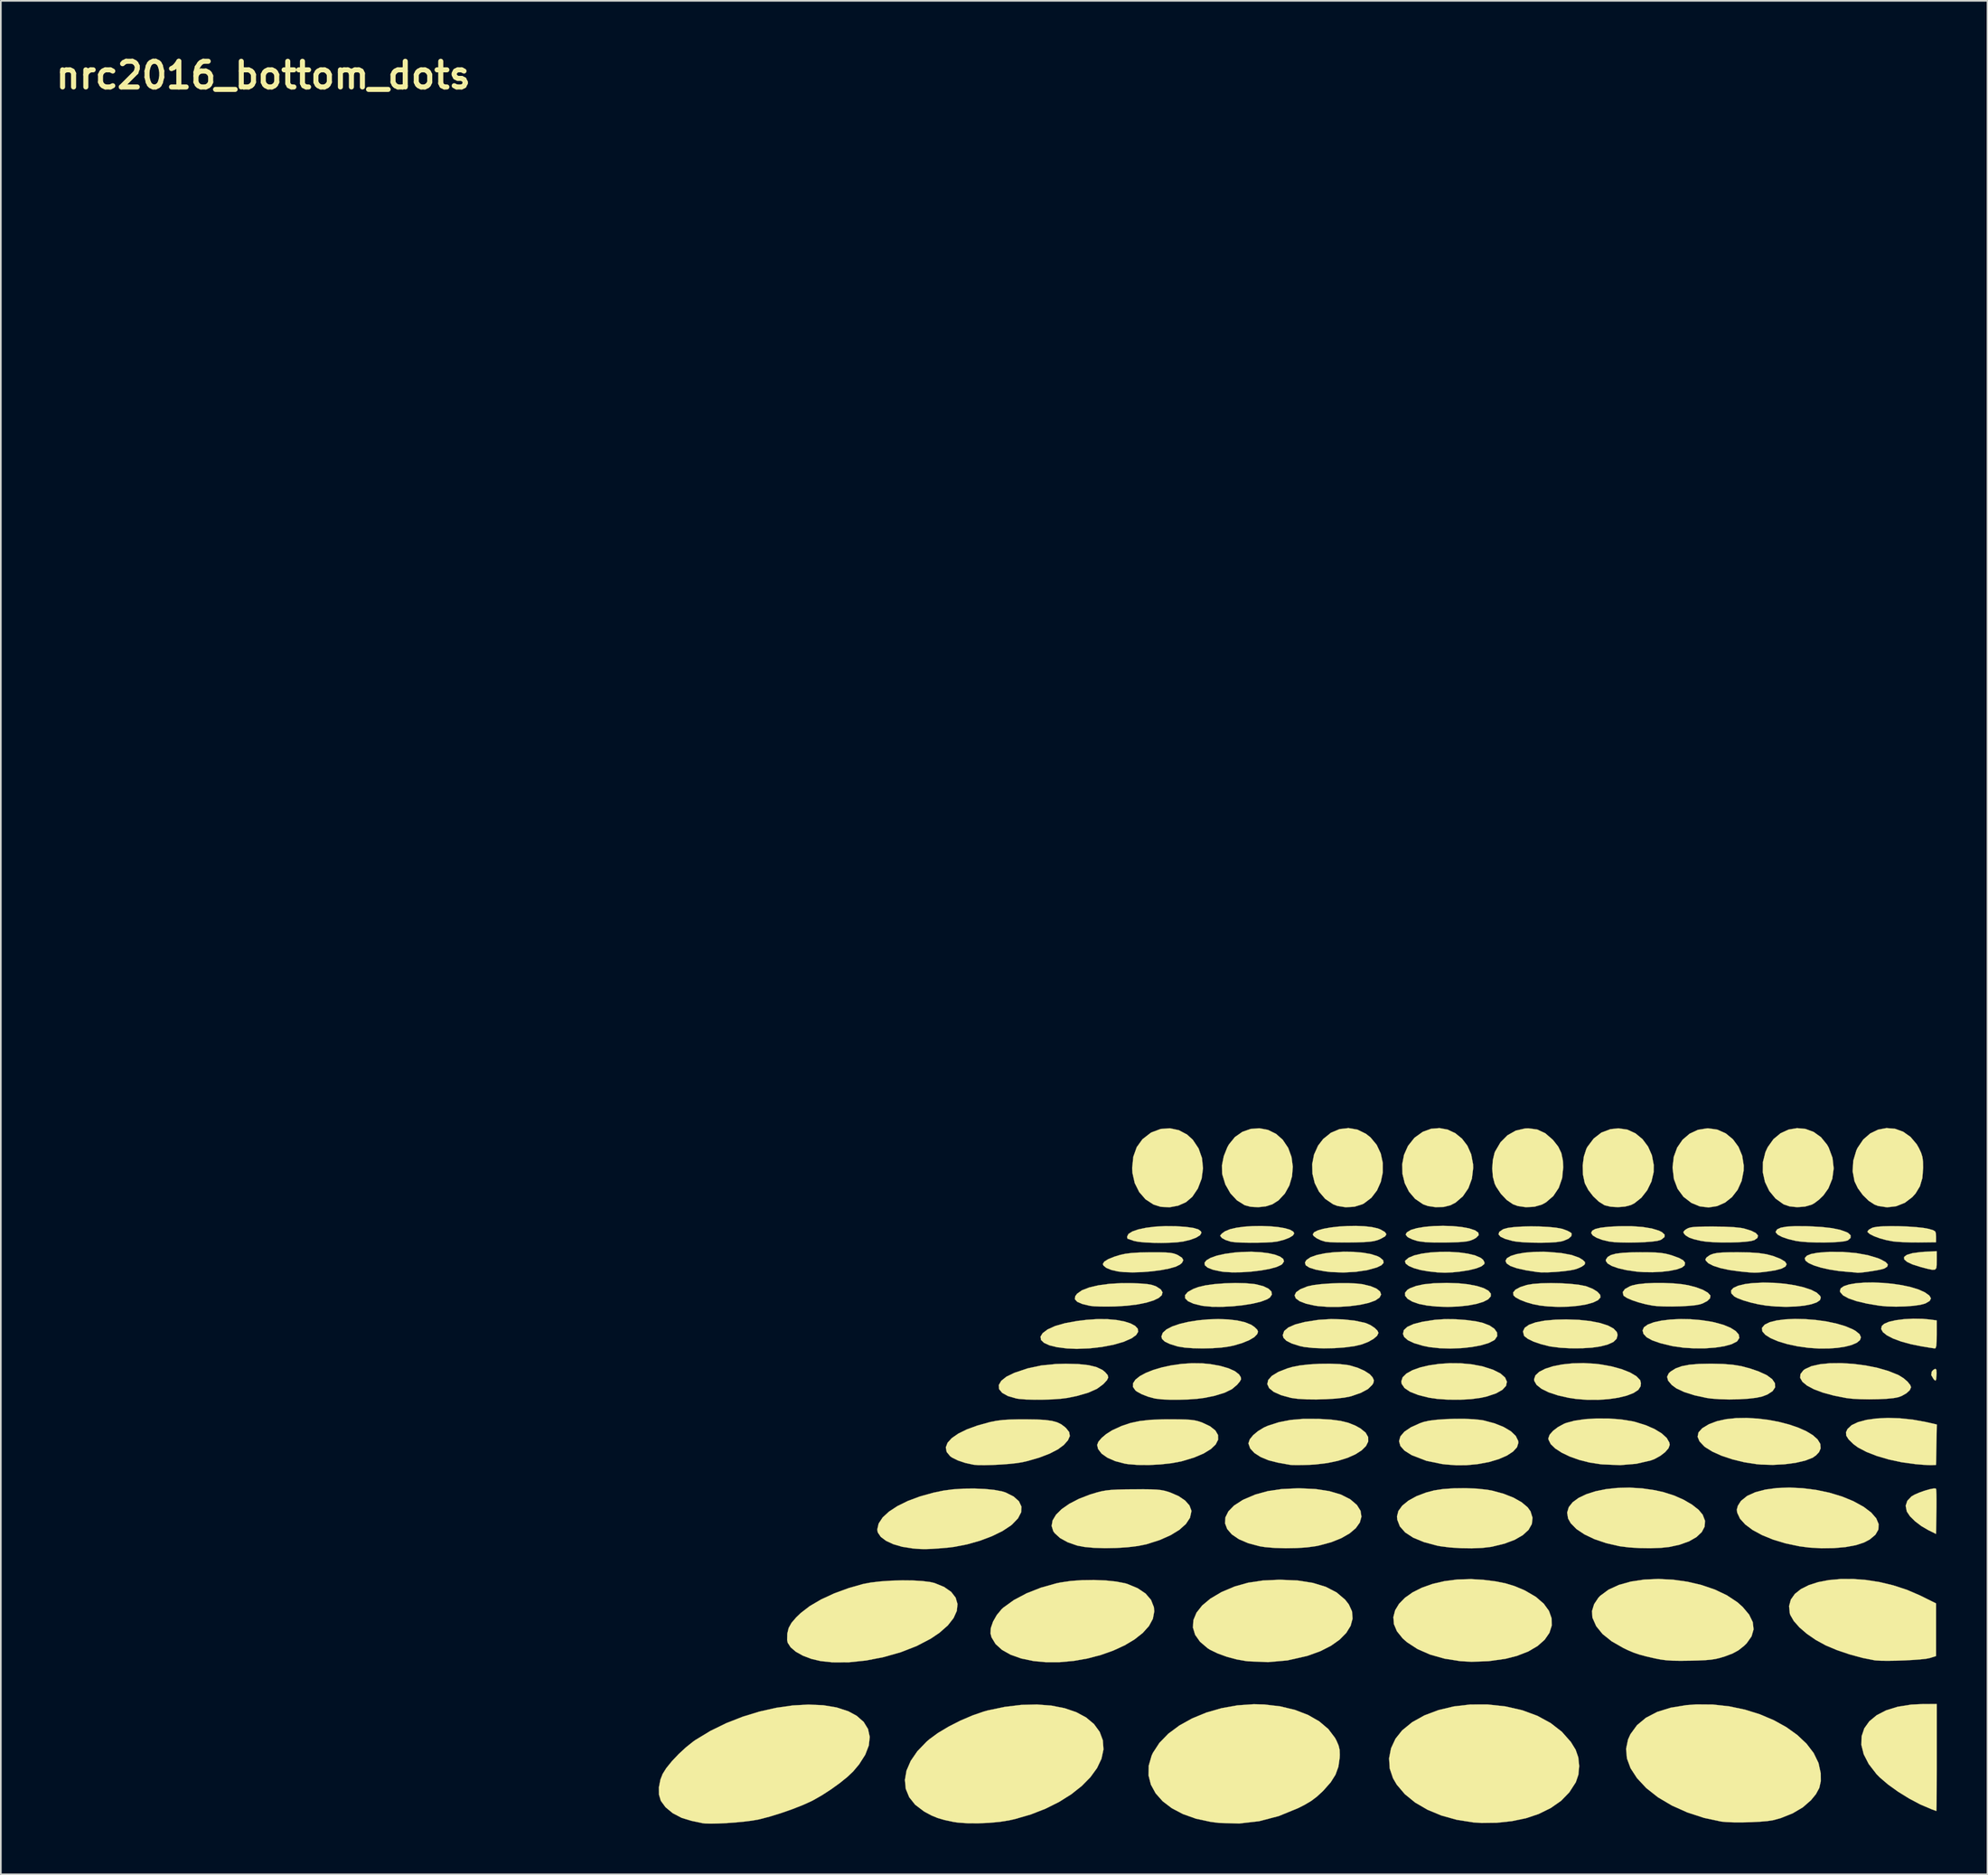
<source format=kicad_pcb>
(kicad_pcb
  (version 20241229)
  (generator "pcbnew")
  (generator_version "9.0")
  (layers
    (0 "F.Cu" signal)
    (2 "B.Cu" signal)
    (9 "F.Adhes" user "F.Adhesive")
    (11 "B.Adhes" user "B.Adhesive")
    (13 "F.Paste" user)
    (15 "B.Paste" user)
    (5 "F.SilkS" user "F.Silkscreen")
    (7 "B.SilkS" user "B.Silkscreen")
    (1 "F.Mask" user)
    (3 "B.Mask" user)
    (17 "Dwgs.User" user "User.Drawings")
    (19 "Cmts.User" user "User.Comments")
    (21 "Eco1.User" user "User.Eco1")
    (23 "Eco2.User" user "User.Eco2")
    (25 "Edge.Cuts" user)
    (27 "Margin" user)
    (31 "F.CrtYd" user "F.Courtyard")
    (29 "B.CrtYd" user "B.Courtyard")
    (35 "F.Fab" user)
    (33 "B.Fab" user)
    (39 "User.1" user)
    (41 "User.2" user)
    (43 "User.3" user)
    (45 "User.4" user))
  (footprint "nrc2016_bottom_dots"
    (layer "F.Cu")
    (at 42.026 63.902)
    (property "Reference" "nrc2016_bottom_dots" (at -29.464 -62.484 0) (layer "F.SilkS") (effects (font (size 1.524 1.524) (thickness 0.3))))
    (attr through_hole)
    (fp_poly (pts (xy 69.743 14.294) (xy 69.758 14.494) (xy 69.749 14.648) (xy 69.729 14.867) (xy 69.695 14.942) (xy 69.627 14.898) (xy 69.575 14.841) (xy 69.441 14.611) (xy 69.47 14.405) (xy 69.556 14.307) (xy 69.679 14.237) (xy 69.743 14.294)) (stroke (width 0.01) (type solid)) (fill yes) (layer "F.SilkS"))
    (fp_poly (pts (xy 69.765 7.821) (xy 69.763 8.093) (xy 69.739 8.267) (xy 69.663 8.353) (xy 69.508 8.365) (xy 69.246 8.313) (xy 68.847 8.21) (xy 68.84 8.208) (xy 68.338 8.052) (xy 68.003 7.894) (xy 67.835 7.742) (xy 67.832 7.601) (xy 67.993 7.479) (xy 68.316 7.382) (xy 68.801 7.316) (xy 69.025 7.3) (xy 69.765 7.261) (xy 69.765 7.821)) (stroke (width 0.01) (type solid)) (fill yes) (layer "F.SilkS"))
    (fp_poly (pts (xy 69.71 21.341) (xy 69.721 21.348) (xy 69.736 21.445) (xy 69.747 21.682) (xy 69.751 22.027) (xy 69.75 22.451) (xy 69.746 22.714) (xy 69.723 24.031) (xy 69.269 23.808) (xy 68.855 23.567) (xy 68.479 23.281) (xy 68.179 22.984) (xy 67.996 22.71) (xy 67.989 22.695) (xy 67.924 22.362) (xy 68.022 22.064) (xy 68.269 21.807) (xy 68.459 21.697) (xy 68.73 21.58) (xy 69.036 21.472) (xy 69.332 21.386) (xy 69.571 21.338) (xy 69.71 21.341)) (stroke (width 0.01) (type solid)) (fill yes) (layer "F.SilkS"))
    (fp_poly (pts (xy 35.184 7.302) (xy 35.734 7.349) (xy 36.22 7.434) (xy 36.609 7.561) (xy 36.738 7.628) (xy 36.937 7.794) (xy 36.969 7.95) (xy 36.833 8.098) (xy 36.559 8.228) (xy 35.986 8.387) (xy 35.307 8.487) (xy 34.575 8.526) (xy 33.845 8.498) (xy 33.49 8.457) (xy 32.943 8.356) (xy 32.564 8.236) (xy 32.35 8.097) (xy 32.302 7.937) (xy 32.387 7.787) (xy 32.629 7.621) (xy 33.004 7.488) (xy 33.481 7.388) (xy 34.024 7.323) (xy 34.603 7.294) (xy 35.184 7.302)) (stroke (width 0.01) (type solid)) (fill yes) (layer "F.SilkS"))
    (fp_poly (pts (xy 68.923 11.273) (xy 69.373 11.315) (xy 69.765 11.368) (xy 69.765 12.204) (xy 69.759 12.613) (xy 69.739 12.873) (xy 69.701 13.005) (xy 69.659 13.03) (xy 69.53 13.012) (xy 69.282 12.974) (xy 68.964 12.922) (xy 68.896 12.911) (xy 68.23 12.777) (xy 67.654 12.619) (xy 67.177 12.442) (xy 66.813 12.254) (xy 66.573 12.062) (xy 66.468 11.873) (xy 66.511 11.694) (xy 66.649 11.569) (xy 66.931 11.449) (xy 67.34 11.356) (xy 67.835 11.293) (xy 68.377 11.264) (xy 68.923 11.273)) (stroke (width 0.01) (type solid)) (fill yes) (layer "F.SilkS"))
    (fp_poly (pts (xy 24.824 0.084) (xy 25.313 0.343) (xy 25.651 0.651) (xy 25.995 1.164) (xy 26.197 1.739) (xy 26.257 2.347) (xy 26.176 2.959) (xy 25.953 3.545) (xy 25.623 4.036) (xy 25.252 4.352) (xy 24.787 4.561) (xy 24.271 4.657) (xy 23.751 4.629) (xy 23.326 4.496) (xy 22.85 4.185) (xy 22.474 3.752) (xy 22.21 3.222) (xy 22.074 2.618) (xy 22.058 2.328) (xy 22.125 1.66) (xy 22.328 1.091) (xy 22.668 0.62) (xy 23.144 0.251) (xy 23.215 0.211) (xy 23.746 0.012) (xy 24.292 -0.029) (xy 24.824 0.084)) (stroke (width 0.01) (type solid)) (fill yes) (layer "F.SilkS"))
    (fp_poly (pts (xy 67.595 17.174) (xy 68.347 17.253) (xy 69.106 17.39) (xy 69.167 17.404) (xy 69.77 17.541) (xy 69.723 19.939) (xy 69.469 19.951) (xy 69.268 19.948) (xy 68.956 19.93) (xy 68.591 19.9) (xy 68.474 19.889) (xy 67.689 19.781) (xy 66.928 19.618) (xy 66.222 19.411) (xy 65.602 19.17) (xy 65.098 18.905) (xy 64.822 18.702) (xy 64.543 18.428) (xy 64.401 18.204) (xy 64.386 18.002) (xy 64.474 17.81) (xy 64.716 17.582) (xy 65.099 17.4) (xy 65.601 17.266) (xy 66.2 17.183) (xy 66.872 17.151) (xy 67.595 17.174)) (stroke (width 0.01) (type solid)) (fill yes) (layer "F.SilkS"))
    (fp_poly (pts (xy 29.672 7.322) (xy 30.148 7.383) (xy 30.541 7.473) (xy 30.834 7.587) (xy 31.013 7.72) (xy 31.06 7.867) (xy 30.96 8.021) (xy 30.882 8.08) (xy 30.603 8.205) (xy 30.193 8.315) (xy 29.69 8.405) (xy 29.132 8.472) (xy 28.557 8.511) (xy 28.002 8.518) (xy 27.506 8.489) (xy 27.328 8.465) (xy 26.852 8.363) (xy 26.535 8.238) (xy 26.369 8.098) (xy 26.347 7.95) (xy 26.462 7.801) (xy 26.705 7.658) (xy 27.069 7.529) (xy 27.546 7.421) (xy 28.129 7.341) (xy 28.536 7.309) (xy 29.13 7.296) (xy 29.672 7.322)) (stroke (width 0.01) (type solid)) (fill yes) (layer "F.SilkS"))
    (fp_poly (pts (xy 35.414 0.051) (xy 35.92 0.299) (xy 36.192 0.514) (xy 36.558 0.956) (xy 36.798 1.469) (xy 36.917 2.024) (xy 36.917 2.593) (xy 36.802 3.147) (xy 36.576 3.656) (xy 36.242 4.093) (xy 35.804 4.427) (xy 35.702 4.48) (xy 35.239 4.624) (xy 34.723 4.656) (xy 34.225 4.576) (xy 33.974 4.479) (xy 33.502 4.157) (xy 33.137 3.729) (xy 32.884 3.224) (xy 32.748 2.67) (xy 32.732 2.096) (xy 32.842 1.531) (xy 33.081 1.001) (xy 33.384 0.606) (xy 33.843 0.237) (xy 34.351 0.021) (xy 34.883 -0.041) (xy 35.414 0.051)) (stroke (width 0.01) (type solid)) (fill yes) (layer "F.SilkS"))
    (fp_poly (pts (xy 41.403 9.166) (xy 41.995 9.228) (xy 42.5 9.326) (xy 42.901 9.453) (xy 43.181 9.605) (xy 43.324 9.777) (xy 43.322 9.939) (xy 43.171 10.114) (xy 42.877 10.266) (xy 42.465 10.39) (xy 41.959 10.484) (xy 41.386 10.544) (xy 40.77 10.566) (xy 40.137 10.546) (xy 39.539 10.485) (xy 39.05 10.387) (xy 38.663 10.25) (xy 38.391 10.087) (xy 38.245 9.908) (xy 38.237 9.726) (xy 38.378 9.552) (xy 38.528 9.462) (xy 38.904 9.32) (xy 39.371 9.222) (xy 39.952 9.164) (xy 40.673 9.144) (xy 40.741 9.144) (xy 41.403 9.166)) (stroke (width 0.01) (type solid)) (fill yes) (layer "F.SilkS"))
    (fp_poly (pts (xy 56.762 0.053) (xy 57.258 0.276) (xy 57.679 0.622) (xy 58.009 1.07) (xy 58.229 1.597) (xy 58.322 2.183) (xy 58.315 2.487) (xy 58.198 3.092) (xy 57.961 3.617) (xy 57.627 4.05) (xy 57.214 4.378) (xy 56.744 4.587) (xy 56.237 4.667) (xy 55.714 4.603) (xy 55.219 4.398) (xy 54.747 4.034) (xy 54.4 3.561) (xy 54.183 2.988) (xy 54.103 2.329) (xy 54.102 2.28) (xy 54.174 1.663) (xy 54.376 1.114) (xy 54.694 0.651) (xy 55.11 0.295) (xy 55.606 0.062) (xy 56.165 -0.027) (xy 56.211 -0.027) (xy 56.762 0.053)) (stroke (width 0.01) (type solid)) (fill yes) (layer "F.SilkS"))
    (fp_poly (pts (xy 62.009 5.78) (xy 62.188 5.785) (xy 62.942 5.826) (xy 63.549 5.894) (xy 64.029 5.992) (xy 64.402 6.124) (xy 64.499 6.171) (xy 64.659 6.317) (xy 64.655 6.476) (xy 64.495 6.619) (xy 64.312 6.67) (xy 63.998 6.708) (xy 63.589 6.734) (xy 63.122 6.746) (xy 62.633 6.744) (xy 62.161 6.728) (xy 61.742 6.697) (xy 61.426 6.654) (xy 60.966 6.545) (xy 60.597 6.419) (xy 60.341 6.284) (xy 60.222 6.151) (xy 60.217 6.1) (xy 60.306 5.965) (xy 60.52 5.867) (xy 60.868 5.805) (xy 61.362 5.776) (xy 62.009 5.78)) (stroke (width 0.01) (type solid)) (fill yes) (layer "F.SilkS"))
    (fp_poly (pts (xy 20.59 11.294) (xy 21.127 11.342) (xy 21.589 11.428) (xy 21.962 11.546) (xy 22.232 11.691) (xy 22.387 11.858) (xy 22.413 12.04) (xy 22.295 12.233) (xy 22.027 12.428) (xy 21.547 12.639) (xy 20.941 12.813) (xy 20.249 12.944) (xy 19.511 13.027) (xy 18.768 13.054) (xy 18.203 13.032) (xy 17.615 12.959) (xy 17.156 12.846) (xy 16.834 12.7) (xy 16.653 12.526) (xy 16.623 12.332) (xy 16.748 12.124) (xy 17.036 11.908) (xy 17.045 11.902) (xy 17.492 11.698) (xy 18.072 11.533) (xy 18.797 11.401) (xy 19.343 11.334) (xy 19.99 11.29) (xy 20.59 11.294)) (stroke (width 0.01) (type solid)) (fill yes) (layer "F.SilkS"))
    (fp_poly (pts (xy 28.759 9.161) (xy 29.271 9.206) (xy 29.405 9.227) (xy 29.832 9.337) (xy 30.138 9.483) (xy 30.312 9.652) (xy 30.345 9.831) (xy 30.226 10.008) (xy 30.065 10.113) (xy 29.699 10.253) (xy 29.205 10.372) (xy 28.626 10.466) (xy 28.001 10.531) (xy 27.372 10.562) (xy 26.781 10.557) (xy 26.268 10.509) (xy 26.179 10.495) (xy 25.692 10.375) (xy 25.365 10.225) (xy 25.198 10.054) (xy 25.194 9.87) (xy 25.354 9.683) (xy 25.68 9.5) (xy 25.985 9.387) (xy 26.403 9.289) (xy 26.938 9.215) (xy 27.543 9.168) (xy 28.166 9.149) (xy 28.759 9.161)) (stroke (width 0.01) (type solid)) (fill yes) (layer "F.SilkS"))
    (fp_poly (pts (xy 30.111 0.067) (xy 30.593 0.305) (xy 30.983 0.649) (xy 31.309 1.134) (xy 31.507 1.676) (xy 31.582 2.248) (xy 31.537 2.82) (xy 31.378 3.363) (xy 31.109 3.847) (xy 30.736 4.246) (xy 30.367 4.481) (xy 29.982 4.603) (xy 29.528 4.652) (xy 29.08 4.627) (xy 28.732 4.534) (xy 28.27 4.245) (xy 27.88 3.825) (xy 27.584 3.304) (xy 27.403 2.714) (xy 27.392 2.65) (xy 27.383 2.162) (xy 27.49 1.625) (xy 27.701 1.098) (xy 27.795 0.929) (xy 28.15 0.492) (xy 28.588 0.185) (xy 29.08 0.01) (xy 29.597 -0.03) (xy 30.111 0.067)) (stroke (width 0.01) (type solid)) (fill yes) (layer "F.SilkS"))
    (fp_poly (pts (xy 40.769 0.052) (xy 41.219 0.264) (xy 41.615 0.586) (xy 41.936 1.007) (xy 42.161 1.517) (xy 42.271 2.105) (xy 42.278 2.328) (xy 42.202 2.959) (xy 41.994 3.527) (xy 41.666 4.008) (xy 41.235 4.378) (xy 40.93 4.538) (xy 40.528 4.637) (xy 40.059 4.652) (xy 39.601 4.584) (xy 39.308 4.479) (xy 38.835 4.157) (xy 38.472 3.731) (xy 38.221 3.229) (xy 38.086 2.679) (xy 38.07 2.109) (xy 38.178 1.547) (xy 38.411 1.021) (xy 38.775 0.56) (xy 38.823 0.514) (xy 39.29 0.181) (xy 39.784 -0.000023) (xy 40.284 -0.039) (xy 40.769 0.052)) (stroke (width 0.01) (type solid)) (fill yes) (layer "F.SilkS"))
    (fp_poly (pts (xy 41.436 7.335) (xy 41.949 7.405) (xy 42.386 7.51) (xy 42.717 7.652) (xy 42.865 7.769) (xy 42.948 7.922) (xy 42.94 8.021) (xy 42.774 8.156) (xy 42.464 8.281) (xy 42.032 8.388) (xy 41.565 8.462) (xy 41.042 8.518) (xy 40.602 8.537) (xy 40.163 8.518) (xy 39.643 8.462) (xy 39.624 8.459) (xy 39.151 8.376) (xy 38.754 8.264) (xy 38.455 8.134) (xy 38.275 7.994) (xy 38.236 7.856) (xy 38.253 7.819) (xy 38.452 7.648) (xy 38.786 7.51) (xy 39.227 7.406) (xy 39.742 7.337) (xy 40.302 7.301) (xy 40.877 7.3) (xy 41.436 7.335)) (stroke (width 0.01) (type solid)) (fill yes) (layer "F.SilkS"))
    (fp_poly (pts (xy 46.721 7.306) (xy 47.496 7.372) (xy 48.112 7.486) (xy 48.566 7.648) (xy 48.778 7.78) (xy 48.907 7.908) (xy 48.908 8.01) (xy 48.861 8.076) (xy 48.716 8.179) (xy 48.475 8.288) (xy 48.337 8.334) (xy 48.042 8.397) (xy 47.636 8.45) (xy 47.176 8.492) (xy 46.72 8.516) (xy 46.326 8.518) (xy 46.101 8.502) (xy 45.397 8.392) (xy 44.858 8.271) (xy 44.48 8.136) (xy 44.261 7.987) (xy 44.196 7.835) (xy 44.277 7.679) (xy 44.504 7.544) (xy 44.857 7.433) (xy 45.313 7.352) (xy 45.851 7.305) (xy 46.45 7.297) (xy 46.721 7.306)) (stroke (width 0.01) (type solid)) (fill yes) (layer "F.SilkS"))
    (fp_poly (pts (xy 52.321 5.825) (xy 52.876 5.916) (xy 53.303 6.047) (xy 53.484 6.142) (xy 53.635 6.286) (xy 53.623 6.423) (xy 53.446 6.564) (xy 53.376 6.601) (xy 53.187 6.652) (xy 52.868 6.693) (xy 52.455 6.724) (xy 51.987 6.744) (xy 51.502 6.751) (xy 51.038 6.744) (xy 50.633 6.723) (xy 50.337 6.687) (xy 49.931 6.591) (xy 49.599 6.466) (xy 49.37 6.327) (xy 49.277 6.189) (xy 49.276 6.176) (xy 49.334 6.047) (xy 49.516 5.945) (xy 49.833 5.869) (xy 50.296 5.815) (xy 50.916 5.781) (xy 50.927 5.781) (xy 51.664 5.779) (xy 52.321 5.825)) (stroke (width 0.01) (type solid)) (fill yes) (layer "F.SilkS"))
    (fp_poly (pts (xy 60.123 9.138) (xy 60.758 9.192) (xy 61.351 9.283) (xy 61.88 9.405) (xy 62.322 9.553) (xy 62.652 9.723) (xy 62.849 9.909) (xy 62.891 10.01) (xy 62.842 10.165) (xy 62.646 10.3) (xy 62.326 10.409) (xy 61.902 10.492) (xy 61.396 10.543) (xy 60.83 10.561) (xy 60.226 10.542) (xy 59.648 10.488) (xy 59.192 10.413) (xy 58.725 10.305) (xy 58.296 10.179) (xy 57.95 10.047) (xy 57.764 9.947) (xy 57.587 9.766) (xy 57.57 9.595) (xy 57.706 9.441) (xy 57.985 9.311) (xy 58.398 9.211) (xy 58.824 9.157) (xy 59.471 9.124) (xy 60.123 9.138)) (stroke (width 0.01) (type solid)) (fill yes) (layer "F.SilkS"))
    (fp_poly (pts (xy 61.984 0.01) (xy 62.466 0.188) (xy 62.899 0.497) (xy 63.259 0.939) (xy 63.358 1.113) (xy 63.585 1.726) (xy 63.655 2.352) (xy 63.573 2.964) (xy 63.341 3.537) (xy 63.047 3.951) (xy 62.796 4.196) (xy 62.52 4.406) (xy 62.36 4.498) (xy 61.954 4.616) (xy 61.49 4.651) (xy 61.038 4.603) (xy 60.689 4.484) (xy 60.207 4.139) (xy 59.836 3.687) (xy 59.581 3.158) (xy 59.453 2.579) (xy 59.459 1.98) (xy 59.606 1.389) (xy 59.74 1.098) (xy 60.083 0.616) (xy 60.504 0.267) (xy 60.978 0.049) (xy 61.48 -0.037) (xy 61.984 0.01)) (stroke (width 0.01) (type solid)) (fill yes) (layer "F.SilkS"))
    (fp_poly (pts (xy 67.552 5.781) (xy 68.067 5.801) (xy 68.553 5.835) (xy 68.973 5.88) (xy 69.285 5.937) (xy 69.3 5.941) (xy 69.547 6.013) (xy 69.673 6.088) (xy 69.717 6.209) (xy 69.723 6.392) (xy 69.723 6.731) (xy 68.707 6.743) (xy 68.243 6.741) (xy 67.781 6.726) (xy 67.379 6.701) (xy 67.148 6.676) (xy 66.758 6.6) (xy 66.38 6.495) (xy 66.049 6.372) (xy 65.8 6.247) (xy 65.67 6.133) (xy 65.659 6.096) (xy 65.734 5.99) (xy 65.925 5.883) (xy 65.998 5.856) (xy 66.232 5.812) (xy 66.595 5.786) (xy 67.049 5.776) (xy 67.552 5.781)) (stroke (width 0.01) (type solid)) (fill yes) (layer "F.SilkS"))
    (fp_poly (pts (xy 35.369 9.18) (xy 35.727 9.222) (xy 36.203 9.338) (xy 36.549 9.484) (xy 36.756 9.652) (xy 36.819 9.831) (xy 36.728 10.012) (xy 36.477 10.185) (xy 36.47 10.188) (xy 36.07 10.332) (xy 35.546 10.446) (xy 34.941 10.525) (xy 34.298 10.566) (xy 33.661 10.565) (xy 33.073 10.519) (xy 32.895 10.493) (xy 32.367 10.375) (xy 31.988 10.229) (xy 31.761 10.062) (xy 31.69 9.883) (xy 31.777 9.699) (xy 32.026 9.52) (xy 32.44 9.353) (xy 32.457 9.348) (xy 32.788 9.275) (xy 33.242 9.218) (xy 33.773 9.178) (xy 34.335 9.157) (xy 34.882 9.157) (xy 35.369 9.18)) (stroke (width 0.01) (type solid)) (fill yes) (layer "F.SilkS"))
    (fp_poly (pts (xy 41.244 11.299) (xy 41.89 11.346) (xy 42.48 11.429) (xy 42.851 11.514) (xy 43.252 11.669) (xy 43.535 11.863) (xy 43.69 12.079) (xy 43.704 12.298) (xy 43.567 12.503) (xy 43.519 12.542) (xy 43.193 12.71) (xy 42.736 12.846) (xy 42.182 12.948) (xy 41.565 13.012) (xy 40.921 13.036) (xy 40.284 13.017) (xy 39.689 12.952) (xy 39.319 12.878) (xy 38.783 12.719) (xy 38.408 12.544) (xy 38.187 12.349) (xy 38.116 12.169) (xy 38.166 11.944) (xy 38.373 11.75) (xy 38.74 11.584) (xy 39.27 11.447) (xy 39.964 11.338) (xy 40.036 11.329) (xy 40.605 11.292) (xy 41.244 11.299)) (stroke (width 0.01) (type solid)) (fill yes) (layer "F.SilkS"))
    (fp_poly (pts (xy 46.238 5.798) (xy 46.748 5.824) (xy 47.193 5.868) (xy 47.536 5.931) (xy 47.595 5.948) (xy 47.86 6.046) (xy 48.052 6.149) (xy 48.118 6.215) (xy 48.097 6.371) (xy 47.929 6.52) (xy 47.638 6.644) (xy 47.497 6.682) (xy 47.193 6.725) (xy 46.77 6.752) (xy 46.276 6.762) (xy 45.759 6.755) (xy 45.268 6.733) (xy 44.852 6.695) (xy 44.619 6.656) (xy 44.181 6.535) (xy 43.901 6.403) (xy 43.781 6.262) (xy 43.825 6.117) (xy 44.036 5.971) (xy 44.09 5.945) (xy 44.338 5.879) (xy 44.715 5.831) (xy 45.184 5.801) (xy 45.704 5.79) (xy 46.238 5.798)) (stroke (width 0.01) (type solid)) (fill yes) (layer "F.SilkS"))
    (fp_poly (pts (xy 47.469 9.165) (xy 48.037 9.199) (xy 48.539 9.253) (xy 48.929 9.328) (xy 48.999 9.348) (xy 49.369 9.496) (xy 49.646 9.669) (xy 49.806 9.846) (xy 49.825 10.006) (xy 49.679 10.167) (xy 49.391 10.306) (xy 48.987 10.419) (xy 48.491 10.502) (xy 47.931 10.552) (xy 47.333 10.565) (xy 46.721 10.538) (xy 46.235 10.485) (xy 45.824 10.404) (xy 45.42 10.286) (xy 45.063 10.147) (xy 44.797 10.003) (xy 44.671 9.886) (xy 44.646 9.713) (xy 44.782 9.546) (xy 45.068 9.391) (xy 45.464 9.264) (xy 45.833 9.202) (xy 46.321 9.166) (xy 46.882 9.154) (xy 47.469 9.165)) (stroke (width 0.01) (type solid)) (fill yes) (layer "F.SilkS"))
    (fp_poly (pts (xy 48.548 11.334) (xy 49.22 11.406) (xy 49.797 11.519) (xy 50.262 11.668) (xy 50.6 11.849) (xy 50.797 12.058) (xy 50.842 12.228) (xy 50.783 12.458) (xy 50.594 12.644) (xy 50.263 12.795) (xy 49.826 12.91) (xy 49.327 12.983) (xy 48.723 13.02) (xy 48.078 13.023) (xy 47.453 12.99) (xy 46.909 12.923) (xy 46.778 12.898) (xy 46.279 12.77) (xy 45.85 12.621) (xy 45.52 12.461) (xy 45.319 12.305) (xy 45.289 12.262) (xy 45.232 12.017) (xy 45.335 11.804) (xy 45.589 11.625) (xy 45.986 11.482) (xy 46.518 11.38) (xy 47.177 11.322) (xy 47.794 11.308) (xy 48.548 11.334)) (stroke (width 0.01) (type solid)) (fill yes) (layer "F.SilkS"))
    (fp_poly (pts (xy 24.638 5.78) (xy 25.242 5.82) (xy 25.686 5.882) (xy 25.981 5.969) (xy 26.134 6.084) (xy 26.162 6.176) (xy 26.082 6.315) (xy 25.859 6.454) (xy 25.52 6.582) (xy 25.089 6.686) (xy 25.071 6.689) (xy 24.719 6.734) (xy 24.275 6.761) (xy 23.781 6.771) (xy 23.281 6.764) (xy 22.817 6.742) (xy 22.43 6.704) (xy 22.164 6.652) (xy 22.14 6.644) (xy 21.928 6.569) (xy 21.797 6.525) (xy 21.78 6.521) (xy 21.762 6.45) (xy 21.759 6.394) (xy 21.84 6.235) (xy 22.068 6.092) (xy 22.422 5.969) (xy 22.879 5.873) (xy 23.419 5.806) (xy 24.019 5.774) (xy 24.638 5.78)) (stroke (width 0.01) (type solid)) (fill yes) (layer "F.SilkS"))
    (fp_poly (pts (xy 34.569 11.307) (xy 35.253 11.381) (xy 35.844 11.506) (xy 35.924 11.53) (xy 36.188 11.646) (xy 36.43 11.807) (xy 36.603 11.977) (xy 36.661 12.107) (xy 36.583 12.277) (xy 36.371 12.461) (xy 36.054 12.641) (xy 35.676 12.789) (xy 35.233 12.894) (xy 34.675 12.969) (xy 34.051 13.013) (xy 33.411 13.025) (xy 32.804 13.003) (xy 32.28 12.947) (xy 31.997 12.888) (xy 31.521 12.736) (xy 31.202 12.575) (xy 31.029 12.397) (xy 30.988 12.239) (xy 31.071 11.996) (xy 31.319 11.785) (xy 31.731 11.605) (xy 32.305 11.458) (xy 33.039 11.343) (xy 33.166 11.329) (xy 33.853 11.288) (xy 34.569 11.307)) (stroke (width 0.01) (type solid)) (fill yes) (layer "F.SilkS"))
    (fp_poly (pts (xy 41.052 5.774) (xy 41.575 5.824) (xy 42.032 5.907) (xy 42.387 6.024) (xy 42.405 6.033) (xy 42.589 6.168) (xy 42.604 6.313) (xy 42.451 6.468) (xy 42.291 6.558) (xy 42.127 6.626) (xy 41.934 6.674) (xy 41.678 6.707) (xy 41.328 6.729) (xy 40.85 6.743) (xy 40.682 6.746) (xy 39.977 6.748) (xy 39.431 6.723) (xy 39.039 6.672) (xy 38.96 6.654) (xy 38.679 6.565) (xy 38.453 6.461) (xy 38.37 6.403) (xy 38.278 6.284) (xy 38.317 6.185) (xy 38.369 6.129) (xy 38.594 5.996) (xy 38.952 5.892) (xy 39.411 5.817) (xy 39.936 5.771) (xy 40.494 5.757) (xy 41.052 5.774)) (stroke (width 0.01) (type solid)) (fill yes) (layer "F.SilkS"))
    (fp_poly (pts (xy 41.538 13.911) (xy 42.179 13.97) (xy 42.794 14.085) (xy 42.863 14.102) (xy 43.462 14.295) (xy 43.898 14.516) (xy 44.17 14.756) (xy 44.279 15.003) (xy 44.226 15.249) (xy 44.012 15.482) (xy 43.638 15.695) (xy 43.104 15.875) (xy 42.719 15.961) (xy 42.156 16.036) (xy 41.497 16.071) (xy 40.81 16.067) (xy 40.16 16.024) (xy 39.666 15.953) (xy 39.028 15.794) (xy 38.541 15.603) (xy 38.21 15.381) (xy 38.039 15.131) (xy 38.015 14.988) (xy 38.096 14.74) (xy 38.323 14.517) (xy 38.674 14.322) (xy 39.128 14.159) (xy 39.663 14.033) (xy 40.258 13.947) (xy 40.89 13.905) (xy 41.538 13.911)) (stroke (width 0.01) (type solid)) (fill yes) (layer "F.SilkS"))
    (fp_poly (pts (xy 52.691 7.328) (xy 53.097 7.34) (xy 53.413 7.366) (xy 53.679 7.408) (xy 53.933 7.472) (xy 54.07 7.513) (xy 54.482 7.662) (xy 54.737 7.805) (xy 54.844 7.948) (xy 54.815 8.102) (xy 54.808 8.113) (xy 54.645 8.237) (xy 54.345 8.343) (xy 53.936 8.426) (xy 53.452 8.483) (xy 52.921 8.51) (xy 52.375 8.503) (xy 51.935 8.469) (xy 51.362 8.384) (xy 50.879 8.272) (xy 50.503 8.14) (xy 50.252 7.993) (xy 50.143 7.84) (xy 50.15 7.755) (xy 50.254 7.604) (xy 50.447 7.489) (xy 50.744 7.407) (xy 51.165 7.356) (xy 51.725 7.33) (xy 52.155 7.325) (xy 52.691 7.328)) (stroke (width 0.01) (type solid)) (fill yes) (layer "F.SilkS"))
    (fp_poly (pts (xy 55.156 11.297) (xy 55.786 11.349) (xy 56.405 11.444) (xy 56.587 11.483) (xy 57.118 11.63) (xy 57.542 11.806) (xy 57.848 12.001) (xy 58.025 12.204) (xy 58.06 12.404) (xy 57.941 12.593) (xy 57.903 12.624) (xy 57.601 12.778) (xy 57.166 12.898) (xy 56.631 12.98) (xy 56.028 13.024) (xy 55.391 13.026) (xy 54.752 12.986) (xy 54.144 12.9) (xy 54.017 12.874) (xy 53.375 12.717) (xy 52.893 12.549) (xy 52.563 12.367) (xy 52.377 12.165) (xy 52.324 11.962) (xy 52.404 11.775) (xy 52.63 11.614) (xy 52.978 11.482) (xy 53.427 11.382) (xy 53.955 11.316) (xy 54.539 11.287) (xy 55.156 11.297)) (stroke (width 0.01) (type solid)) (fill yes) (layer "F.SilkS"))
    (fp_poly (pts (xy 57.176 5.809) (xy 57.729 5.836) (xy 58.149 5.88) (xy 58.335 5.915) (xy 58.763 6.046) (xy 59.042 6.187) (xy 59.167 6.332) (xy 59.132 6.476) (xy 58.949 6.605) (xy 58.743 6.661) (xy 58.407 6.703) (xy 57.977 6.731) (xy 57.493 6.745) (xy 56.991 6.744) (xy 56.51 6.727) (xy 56.089 6.695) (xy 55.781 6.649) (xy 55.367 6.552) (xy 55.083 6.453) (xy 54.891 6.336) (xy 54.788 6.233) (xy 54.74 6.13) (xy 54.812 6.029) (xy 54.918 5.953) (xy 55.029 5.894) (xy 55.172 5.852) (xy 55.376 5.825) (xy 55.668 5.809) (xy 56.078 5.801) (xy 56.511 5.8) (xy 57.176 5.809)) (stroke (width 0.01) (type solid)) (fill yes) (layer "F.SilkS"))
    (fp_poly (pts (xy 69.765 37.296) (xy 69.765 38.01) (xy 69.763 38.667) (xy 69.761 39.25) (xy 69.758 39.74) (xy 69.754 40.117) (xy 69.749 40.365) (xy 69.745 40.464) (xy 69.744 40.465) (xy 69.659 40.435) (xy 69.476 40.368) (xy 69.427 40.349) (xy 68.792 40.078) (xy 68.129 39.727) (xy 67.479 39.325) (xy 66.885 38.899) (xy 66.39 38.476) (xy 66.193 38.275) (xy 65.733 37.68) (xy 65.437 37.103) (xy 65.298 36.552) (xy 65.311 36.036) (xy 65.47 35.564) (xy 65.77 35.144) (xy 66.204 34.785) (xy 66.767 34.494) (xy 67.453 34.282) (xy 68.257 34.155) (xy 68.982 34.122) (xy 69.765 34.121) (xy 69.765 37.296)) (stroke (width 0.01) (type solid)) (fill yes) (layer "F.SilkS"))
    (fp_poly (pts (xy 22.096 9.159) (xy 22.592 9.181) (xy 22.956 9.213) (xy 23.223 9.261) (xy 23.43 9.329) (xy 23.495 9.359) (xy 23.756 9.53) (xy 23.858 9.703) (xy 23.812 9.874) (xy 23.63 10.036) (xy 23.322 10.184) (xy 22.898 10.314) (xy 22.369 10.42) (xy 21.747 10.497) (xy 21.042 10.54) (xy 21.04 10.54) (xy 20.585 10.548) (xy 20.156 10.544) (xy 19.799 10.529) (xy 19.562 10.504) (xy 19.558 10.503) (xy 19.097 10.392) (xy 18.8 10.263) (xy 18.663 10.112) (xy 18.681 9.935) (xy 18.789 9.786) (xy 19.073 9.584) (xy 19.502 9.416) (xy 20.055 9.286) (xy 20.709 9.198) (xy 21.443 9.156) (xy 22.096 9.159)) (stroke (width 0.01) (type solid)) (fill yes) (layer "F.SilkS"))
    (fp_poly (pts (xy 23.665 7.329) (xy 24.037 7.338) (xy 24.306 7.358) (xy 24.504 7.394) (xy 24.665 7.447) (xy 24.765 7.493) (xy 25.01 7.648) (xy 25.09 7.796) (xy 25.011 7.953) (xy 24.892 8.056) (xy 24.638 8.181) (xy 24.25 8.292) (xy 23.765 8.385) (xy 23.218 8.457) (xy 22.644 8.503) (xy 22.079 8.519) (xy 21.559 8.502) (xy 21.218 8.464) (xy 20.822 8.374) (xy 20.525 8.252) (xy 20.352 8.11) (xy 20.32 8.017) (xy 20.401 7.883) (xy 20.632 7.737) (xy 20.996 7.589) (xy 21.336 7.485) (xy 21.651 7.415) (xy 22.023 7.368) (xy 22.488 7.34) (xy 23.081 7.329) (xy 23.156 7.329) (xy 23.665 7.329)) (stroke (width 0.01) (type solid)) (fill yes) (layer "F.SilkS"))
    (fp_poly (pts (xy 30.228 5.786) (xy 30.698 5.829) (xy 31.104 5.897) (xy 31.418 5.988) (xy 31.613 6.102) (xy 31.665 6.209) (xy 31.587 6.334) (xy 31.373 6.464) (xy 31.056 6.587) (xy 30.67 6.685) (xy 30.644 6.69) (xy 30.367 6.724) (xy 29.978 6.747) (xy 29.523 6.76) (xy 29.048 6.762) (xy 28.595 6.754) (xy 28.211 6.734) (xy 27.941 6.704) (xy 27.898 6.695) (xy 27.596 6.597) (xy 27.38 6.479) (xy 27.284 6.362) (xy 27.285 6.324) (xy 27.376 6.216) (xy 27.552 6.088) (xy 27.567 6.079) (xy 27.855 5.96) (xy 28.242 5.87) (xy 28.699 5.808) (xy 29.201 5.774) (xy 29.719 5.767) (xy 30.228 5.786)) (stroke (width 0.01) (type solid)) (fill yes) (layer "F.SilkS"))
    (fp_poly (pts (xy 35.817 5.781) (xy 36.255 5.829) (xy 36.614 5.908) (xy 36.791 5.977) (xy 37.044 6.126) (xy 37.133 6.255) (xy 37.057 6.379) (xy 36.816 6.517) (xy 36.774 6.537) (xy 36.588 6.611) (xy 36.39 6.663) (xy 36.144 6.699) (xy 35.817 6.722) (xy 35.373 6.737) (xy 35.094 6.742) (xy 34.62 6.745) (xy 34.182 6.74) (xy 33.818 6.727) (xy 33.57 6.707) (xy 33.514 6.698) (xy 33.244 6.614) (xy 32.996 6.493) (xy 32.821 6.363) (xy 32.766 6.266) (xy 32.846 6.139) (xy 33.067 6.027) (xy 33.402 5.932) (xy 33.823 5.856) (xy 34.302 5.801) (xy 34.813 5.769) (xy 35.327 5.761) (xy 35.817 5.781)) (stroke (width 0.01) (type solid)) (fill yes) (layer "F.SilkS"))
    (fp_poly (pts (xy 46.079 0.045) (xy 46.553 0.266) (xy 46.994 0.647) (xy 47.025 0.681) (xy 47.322 1.06) (xy 47.505 1.439) (xy 47.596 1.875) (xy 47.617 2.286) (xy 47.552 2.931) (xy 47.352 3.506) (xy 47.03 3.99) (xy 46.596 4.363) (xy 46.355 4.496) (xy 45.913 4.625) (xy 45.411 4.653) (xy 44.923 4.582) (xy 44.638 4.477) (xy 44.271 4.225) (xy 43.923 3.86) (xy 43.641 3.437) (xy 43.553 3.253) (xy 43.446 2.847) (xy 43.409 2.36) (xy 43.443 1.864) (xy 43.545 1.432) (xy 43.578 1.35) (xy 43.899 0.802) (xy 44.314 0.385) (xy 44.808 0.107) (xy 45.368 -0.02) (xy 45.551 -0.027) (xy 46.079 0.045)) (stroke (width 0.01) (type solid)) (fill yes) (layer "F.SilkS"))
    (fp_poly (pts (xy 49.499 13.937) (xy 49.831 13.976) (xy 50.496 14.097) (xy 51.088 14.261) (xy 51.583 14.457) (xy 51.955 14.678) (xy 52.18 14.909) (xy 52.224 15.089) (xy 52.206 15.275) (xy 52.07 15.487) (xy 51.79 15.672) (xy 51.389 15.828) (xy 50.891 15.95) (xy 50.319 16.035) (xy 49.697 16.079) (xy 49.049 16.078) (xy 48.398 16.028) (xy 47.95 15.961) (xy 47.298 15.814) (xy 46.752 15.632) (xy 46.328 15.422) (xy 46.039 15.193) (xy 45.9 14.951) (xy 45.889 14.863) (xy 45.97 14.627) (xy 46.198 14.415) (xy 46.552 14.234) (xy 47.013 14.087) (xy 47.559 13.979) (xy 48.169 13.915) (xy 48.822 13.899) (xy 49.499 13.937)) (stroke (width 0.01) (type solid)) (fill yes) (layer "F.SilkS"))
    (fp_poly (pts (xy 51.42 0.051) (xy 51.902 0.272) (xy 52.318 0.615) (xy 52.649 1.057) (xy 52.877 1.575) (xy 52.985 2.147) (xy 52.978 2.576) (xy 52.85 3.127) (xy 52.6 3.643) (xy 52.254 4.087) (xy 51.837 4.42) (xy 51.628 4.525) (xy 51.281 4.616) (xy 50.858 4.649) (xy 50.435 4.624) (xy 50.088 4.542) (xy 50.061 4.531) (xy 49.727 4.321) (xy 49.392 4.002) (xy 49.103 3.626) (xy 48.906 3.248) (xy 48.891 3.206) (xy 48.788 2.714) (xy 48.773 2.174) (xy 48.842 1.646) (xy 48.989 1.192) (xy 49.048 1.079) (xy 49.425 0.579) (xy 49.882 0.226) (xy 50.415 0.025) (xy 50.89 -0.026) (xy 51.42 0.051)) (stroke (width 0.01) (type solid)) (fill yes) (layer "F.SilkS"))
    (fp_poly (pts (xy 61.957 11.291) (xy 62.586 11.34) (xy 63.207 11.426) (xy 63.796 11.548) (xy 64.33 11.704) (xy 64.784 11.895) (xy 64.96 11.995) (xy 65.193 12.188) (xy 65.271 12.372) (xy 65.21 12.541) (xy 65.025 12.692) (xy 64.73 12.821) (xy 64.342 12.923) (xy 63.875 12.996) (xy 63.345 13.034) (xy 62.765 13.035) (xy 62.152 12.993) (xy 61.52 12.905) (xy 61.51 12.903) (xy 60.888 12.769) (xy 60.353 12.606) (xy 59.92 12.422) (xy 59.607 12.225) (xy 59.428 12.024) (xy 59.4 11.828) (xy 59.407 11.806) (xy 59.565 11.619) (xy 59.862 11.474) (xy 60.274 11.369) (xy 60.777 11.305) (xy 61.346 11.279) (xy 61.957 11.291)) (stroke (width 0.01) (type solid)) (fill yes) (layer "F.SilkS"))
    (fp_poly (pts (xy 66.558 9.141) (xy 67.131 9.193) (xy 67.69 9.275) (xy 68.211 9.387) (xy 68.671 9.527) (xy 69.049 9.697) (xy 69.067 9.707) (xy 69.328 9.893) (xy 69.422 10.06) (xy 69.348 10.212) (xy 69.106 10.354) (xy 69.069 10.369) (xy 68.779 10.446) (xy 68.367 10.503) (xy 67.876 10.539) (xy 67.354 10.552) (xy 66.844 10.539) (xy 66.393 10.499) (xy 66.379 10.497) (xy 65.63 10.372) (xy 65.013 10.226) (xy 64.538 10.062) (xy 64.211 9.882) (xy 64.043 9.69) (xy 64.025 9.633) (xy 64.069 9.468) (xy 64.257 9.336) (xy 64.566 9.235) (xy 64.973 9.165) (xy 65.456 9.126) (xy 65.992 9.118) (xy 66.558 9.141)) (stroke (width 0.01) (type solid)) (fill yes) (layer "F.SilkS"))
    (fp_poly (pts (xy 67.288 -0.000359) (xy 67.772 0.174) (xy 68.211 0.482) (xy 68.581 0.923) (xy 68.706 1.141) (xy 68.84 1.428) (xy 68.917 1.677) (xy 68.952 1.957) (xy 68.959 2.323) (xy 68.913 2.922) (xy 68.768 3.413) (xy 68.511 3.837) (xy 68.315 4.056) (xy 67.874 4.39) (xy 67.364 4.594) (xy 66.825 4.659) (xy 66.294 4.579) (xy 66.079 4.498) (xy 65.727 4.269) (xy 65.382 3.929) (xy 65.089 3.528) (xy 64.893 3.121) (xy 64.892 3.118) (xy 64.78 2.522) (xy 64.816 1.897) (xy 64.998 1.288) (xy 65.071 1.134) (xy 65.406 0.639) (xy 65.819 0.279) (xy 66.288 0.052) (xy 66.785 -0.041) (xy 67.288 -0.000359)) (stroke (width 0.01) (type solid)) (fill yes) (layer "F.SilkS"))
    (fp_poly (pts (xy 18.873 13.957) (xy 19.478 14.023) (xy 19.948 14.139) (xy 20.297 14.307) (xy 20.456 14.437) (xy 20.603 14.608) (xy 20.64 14.752) (xy 20.562 14.913) (xy 20.359 15.134) (xy 20.341 15.152) (xy 19.973 15.423) (xy 19.451 15.656) (xy 18.769 15.852) (xy 18.224 15.964) (xy 17.836 16.014) (xy 17.35 16.049) (xy 16.813 16.068) (xy 16.273 16.071) (xy 15.777 16.057) (xy 15.373 16.026) (xy 15.198 16) (xy 14.694 15.855) (xy 14.351 15.666) (xy 14.169 15.444) (xy 14.15 15.201) (xy 14.294 14.95) (xy 14.603 14.704) (xy 15.068 14.478) (xy 15.865 14.211) (xy 16.671 14.039) (xy 17.542 13.953) (xy 18.119 13.938) (xy 18.873 13.957)) (stroke (width 0.01) (type solid)) (fill yes) (layer "F.SilkS"))
    (fp_poly (pts (xy 57.082 13.95) (xy 57.66 13.996) (xy 58.175 14.08) (xy 58.679 14.213) (xy 59.209 14.395) (xy 59.686 14.615) (xy 60.008 14.852) (xy 60.174 15.097) (xy 60.182 15.338) (xy 60.031 15.564) (xy 59.719 15.765) (xy 59.419 15.879) (xy 59.067 15.955) (xy 58.592 16.011) (xy 58.041 16.045) (xy 57.458 16.055) (xy 56.889 16.041) (xy 56.38 16.002) (xy 56.119 15.965) (xy 55.4 15.809) (xy 54.797 15.618) (xy 54.329 15.399) (xy 54.058 15.201) (xy 53.837 14.939) (xy 53.777 14.71) (xy 53.877 14.501) (xy 53.988 14.398) (xy 54.281 14.216) (xy 54.645 14.083) (xy 55.104 13.995) (xy 55.683 13.947) (xy 56.388 13.934) (xy 57.082 13.95)) (stroke (width 0.01) (type solid)) (fill yes) (layer "F.SilkS"))
    (fp_poly (pts (xy 58.641 7.335) (xy 59.196 7.371) (xy 59.658 7.44) (xy 60.063 7.546) (xy 60.447 7.695) (xy 60.516 7.726) (xy 60.773 7.882) (xy 60.866 8.031) (xy 60.798 8.169) (xy 60.573 8.292) (xy 60.195 8.395) (xy 59.777 8.462) (xy 59.435 8.504) (xy 59.181 8.528) (xy 58.961 8.535) (xy 58.723 8.524) (xy 58.414 8.496) (xy 58.068 8.46) (xy 57.455 8.375) (xy 56.929 8.261) (xy 56.511 8.125) (xy 56.217 7.973) (xy 56.066 7.813) (xy 56.049 7.741) (xy 56.12 7.628) (xy 56.297 7.503) (xy 56.367 7.468) (xy 56.534 7.409) (xy 56.75 7.367) (xy 57.044 7.341) (xy 57.447 7.328) (xy 57.954 7.324) (xy 58.641 7.335)) (stroke (width 0.01) (type solid)) (fill yes) (layer "F.SilkS"))
    (fp_poly (pts (xy 64.207 7.305) (xy 64.975 7.372) (xy 65.676 7.497) (xy 66.271 7.674) (xy 66.442 7.746) (xy 66.737 7.907) (xy 66.866 8.049) (xy 66.832 8.178) (xy 66.659 8.289) (xy 66.5 8.336) (xy 66.234 8.391) (xy 65.91 8.446) (xy 65.578 8.495) (xy 65.286 8.529) (xy 65.082 8.541) (xy 65.024 8.535) (xy 64.922 8.522) (xy 64.708 8.504) (xy 64.558 8.493) (xy 63.955 8.436) (xy 63.393 8.347) (xy 62.894 8.235) (xy 62.478 8.105) (xy 62.166 7.964) (xy 61.98 7.819) (xy 61.941 7.676) (xy 61.944 7.666) (xy 62.063 7.53) (xy 62.309 7.428) (xy 62.695 7.355) (xy 63.233 7.31) (xy 63.415 7.302) (xy 64.207 7.305)) (stroke (width 0.01) (type solid)) (fill yes) (layer "F.SilkS"))
    (fp_poly (pts (xy 27.741 11.308) (xy 28.274 11.369) (xy 28.741 11.474) (xy 29.116 11.625) (xy 29.315 11.762) (xy 29.475 11.921) (xy 29.52 12.039) (xy 29.473 12.175) (xy 29.468 12.184) (xy 29.298 12.361) (xy 28.991 12.541) (xy 28.581 12.709) (xy 28.1 12.852) (xy 27.814 12.914) (xy 27.358 12.978) (xy 26.819 13.016) (xy 26.244 13.029) (xy 25.683 13.018) (xy 25.184 12.982) (xy 24.796 12.921) (xy 24.742 12.907) (xy 24.29 12.766) (xy 23.992 12.623) (xy 23.831 12.469) (xy 23.791 12.323) (xy 23.872 12.1) (xy 24.096 11.898) (xy 24.442 11.721) (xy 24.886 11.571) (xy 25.403 11.451) (xy 25.971 11.361) (xy 26.565 11.306) (xy 27.163 11.288) (xy 27.741 11.308)) (stroke (width 0.01) (type solid)) (fill yes) (layer "F.SilkS"))
    (fp_poly (pts (xy 54.141 9.171) (xy 54.663 9.221) (xy 55.016 9.278) (xy 55.497 9.402) (xy 55.897 9.553) (xy 56.188 9.719) (xy 56.342 9.885) (xy 56.347 9.897) (xy 56.324 10.054) (xy 56.163 10.215) (xy 55.892 10.357) (xy 55.725 10.414) (xy 55.45 10.466) (xy 55.052 10.505) (xy 54.578 10.531) (xy 54.074 10.543) (xy 53.588 10.539) (xy 53.166 10.518) (xy 52.927 10.491) (xy 52.503 10.408) (xy 52.081 10.297) (xy 51.701 10.169) (xy 51.4 10.038) (xy 51.216 9.918) (xy 51.188 9.885) (xy 51.147 9.688) (xy 51.274 9.508) (xy 51.568 9.344) (xy 51.696 9.296) (xy 52.021 9.222) (xy 52.47 9.172) (xy 53.002 9.147) (xy 53.573 9.147) (xy 54.141 9.171)) (stroke (width 0.01) (type solid)) (fill yes) (layer "F.SilkS"))
    (fp_poly (pts (xy 64.818 13.945) (xy 65.539 14.038) (xy 66.239 14.178) (xy 66.889 14.364) (xy 67.459 14.593) (xy 67.522 14.624) (xy 67.8 14.797) (xy 68.038 15.004) (xy 68.198 15.206) (xy 68.241 15.334) (xy 68.166 15.507) (xy 67.968 15.689) (xy 67.688 15.848) (xy 67.491 15.921) (xy 67.202 15.976) (xy 66.788 16.017) (xy 66.293 16.041) (xy 65.76 16.049) (xy 65.234 16.04) (xy 64.757 16.013) (xy 64.389 15.97) (xy 63.644 15.822) (xy 63.004 15.647) (xy 62.478 15.448) (xy 62.074 15.233) (xy 61.802 15.008) (xy 61.669 14.778) (xy 61.685 14.55) (xy 61.857 14.329) (xy 61.954 14.257) (xy 62.329 14.084) (xy 62.832 13.969) (xy 63.435 13.908) (xy 64.107 13.901) (xy 64.818 13.945)) (stroke (width 0.01) (type solid)) (fill yes) (layer "F.SilkS"))
    (fp_poly (pts (xy 32.926 21.369) (xy 33.743 21.493) (xy 34.433 21.696) (xy 34.988 21.977) (xy 35.385 22.316) (xy 35.598 22.659) (xy 35.652 23.009) (xy 35.556 23.355) (xy 35.319 23.689) (xy 34.95 24.002) (xy 34.459 24.283) (xy 33.855 24.525) (xy 33.148 24.717) (xy 32.941 24.759) (xy 32.427 24.829) (xy 31.813 24.87) (xy 31.158 24.881) (xy 30.516 24.863) (xy 29.947 24.815) (xy 29.63 24.766) (xy 28.94 24.583) (xy 28.384 24.344) (xy 27.967 24.06) (xy 27.693 23.742) (xy 27.565 23.401) (xy 27.587 23.048) (xy 27.763 22.694) (xy 28.097 22.351) (xy 28.592 22.03) (xy 28.684 21.983) (xy 29.37 21.692) (xy 30.106 21.491) (xy 30.925 21.371) (xy 31.861 21.327) (xy 31.992 21.327) (xy 32.926 21.369)) (stroke (width 0.01) (type solid)) (fill yes) (layer "F.SilkS"))
    (fp_poly (pts (xy 34.364 13.958) (xy 34.84 14.013) (xy 34.967 14.039) (xy 35.433 14.178) (xy 35.84 14.36) (xy 36.152 14.564) (xy 36.317 14.75) (xy 36.392 14.924) (xy 36.364 15.07) (xy 36.295 15.187) (xy 36.04 15.437) (xy 35.622 15.663) (xy 35.045 15.863) (xy 35.006 15.874) (xy 34.631 15.948) (xy 34.135 16.004) (xy 33.564 16.04) (xy 32.967 16.055) (xy 32.391 16.049) (xy 31.882 16.019) (xy 31.487 15.965) (xy 31.486 15.965) (xy 30.887 15.802) (xy 30.452 15.606) (xy 30.18 15.384) (xy 30.07 15.146) (xy 30.124 14.901) (xy 30.339 14.658) (xy 30.717 14.426) (xy 31.256 14.214) (xy 31.546 14.129) (xy 31.996 14.04) (xy 32.554 13.977) (xy 33.169 13.941) (xy 33.789 13.935) (xy 34.364 13.958)) (stroke (width 0.01) (type solid)) (fill yes) (layer "F.SilkS"))
    (fp_poly (pts (xy 50.333 17.187) (xy 51.044 17.241) (xy 51.696 17.345) (xy 51.898 17.392) (xy 52.509 17.582) (xy 53.034 17.811) (xy 53.456 18.069) (xy 53.755 18.341) (xy 53.912 18.617) (xy 53.933 18.75) (xy 53.858 18.953) (xy 53.66 19.181) (xy 53.373 19.402) (xy 53.034 19.589) (xy 52.808 19.675) (xy 51.943 19.873) (xy 50.997 19.951) (xy 49.952 19.908) (xy 49.807 19.894) (xy 49.174 19.796) (xy 48.568 19.642) (xy 48.014 19.445) (xy 47.532 19.215) (xy 47.145 18.964) (xy 46.875 18.702) (xy 46.745 18.44) (xy 46.736 18.358) (xy 46.811 18.15) (xy 47.012 17.919) (xy 47.307 17.693) (xy 47.66 17.502) (xy 47.783 17.452) (xy 48.287 17.315) (xy 48.91 17.225) (xy 49.607 17.182) (xy 50.333 17.187)) (stroke (width 0.01) (type solid)) (fill yes) (layer "F.SilkS"))
    (fp_poly (pts (xy 59.147 17.189) (xy 59.794 17.269) (xy 60.422 17.389) (xy 61.016 17.544) (xy 61.558 17.729) (xy 62.031 17.94) (xy 62.416 18.173) (xy 62.698 18.423) (xy 62.859 18.686) (xy 62.881 18.958) (xy 62.789 19.176) (xy 62.611 19.368) (xy 62.403 19.514) (xy 61.959 19.685) (xy 61.392 19.816) (xy 60.741 19.901) (xy 60.048 19.937) (xy 59.354 19.918) (xy 59.07 19.892) (xy 58.357 19.781) (xy 57.661 19.612) (xy 57.017 19.398) (xy 56.464 19.151) (xy 56.036 18.885) (xy 55.979 18.838) (xy 55.699 18.543) (xy 55.586 18.267) (xy 55.64 18.008) (xy 55.861 17.763) (xy 56.252 17.527) (xy 56.254 17.526) (xy 56.73 17.345) (xy 57.275 17.225) (xy 57.87 17.162) (xy 58.5 17.152) (xy 59.147 17.189)) (stroke (width 0.01) (type solid)) (fill yes) (layer "F.SilkS"))
    (fp_poly (pts (xy 61.815 21.32) (xy 62.613 21.421) (xy 63.404 21.587) (xy 64.162 21.817) (xy 64.824 22.09) (xy 65.428 22.422) (xy 65.88 22.764) (xy 66.178 23.108) (xy 66.32 23.447) (xy 66.304 23.774) (xy 66.129 24.081) (xy 65.792 24.362) (xy 65.446 24.544) (xy 64.964 24.701) (xy 64.357 24.812) (xy 63.666 24.873) (xy 62.929 24.883) (xy 62.186 24.839) (xy 61.614 24.764) (xy 60.805 24.593) (xy 60.065 24.37) (xy 59.409 24.102) (xy 58.852 23.8) (xy 58.411 23.471) (xy 58.1 23.126) (xy 57.935 22.773) (xy 57.912 22.588) (xy 57.974 22.36) (xy 58.138 22.102) (xy 58.171 22.063) (xy 58.524 21.777) (xy 59.011 21.557) (xy 59.606 21.401) (xy 60.288 21.309) (xy 61.032 21.282) (xy 61.815 21.32)) (stroke (width 0.01) (type solid)) (fill yes) (layer "F.SilkS"))
    (fp_poly (pts (xy 26.214 13.914) (xy 26.676 13.957) (xy 27.26 14.061) (xy 27.756 14.203) (xy 28.139 14.372) (xy 28.383 14.56) (xy 28.409 14.593) (xy 28.501 14.742) (xy 28.514 14.859) (xy 28.436 14.999) (xy 28.274 15.191) (xy 27.971 15.445) (xy 27.539 15.657) (xy 26.964 15.834) (xy 26.359 15.96) (xy 25.918 16.017) (xy 25.389 16.055) (xy 24.824 16.073) (xy 24.273 16.071) (xy 23.787 16.047) (xy 23.415 16.002) (xy 23.402 15.999) (xy 23.004 15.893) (xy 22.626 15.746) (xy 22.33 15.583) (xy 22.249 15.52) (xy 22.104 15.31) (xy 22.111 15.095) (xy 22.252 14.88) (xy 22.512 14.673) (xy 22.873 14.478) (xy 23.318 14.302) (xy 23.831 14.151) (xy 24.394 14.031) (xy 24.99 13.947) (xy 25.602 13.906) (xy 26.214 13.914)) (stroke (width 0.01) (type solid)) (fill yes) (layer "F.SilkS"))
    (fp_poly (pts (xy 41.8 17.206) (xy 42.324 17.23) (xy 42.76 17.276) (xy 42.906 17.302) (xy 43.549 17.474) (xy 44.089 17.691) (xy 44.513 17.943) (xy 44.803 18.221) (xy 44.946 18.513) (xy 44.958 18.627) (xy 44.877 18.89) (xy 44.645 19.145) (xy 44.282 19.382) (xy 43.808 19.59) (xy 43.242 19.761) (xy 42.602 19.882) (xy 42.503 19.896) (xy 41.877 19.955) (xy 41.29 19.96) (xy 40.657 19.912) (xy 40.428 19.885) (xy 39.502 19.695) (xy 38.654 19.367) (xy 38.608 19.344) (xy 38.203 19.088) (xy 37.962 18.815) (xy 37.883 18.532) (xy 37.962 18.248) (xy 38.197 17.97) (xy 38.584 17.707) (xy 39.12 17.466) (xy 39.344 17.388) (xy 39.669 17.315) (xy 40.121 17.26) (xy 40.655 17.222) (xy 41.229 17.204) (xy 41.8 17.206)) (stroke (width 0.01) (type solid)) (fill yes) (layer "F.SilkS"))
    (fp_poly (pts (xy 52.299 21.33) (xy 53.055 21.44) (xy 53.57 21.555) (xy 54.181 21.75) (xy 54.752 22.001) (xy 55.25 22.291) (xy 55.643 22.6) (xy 55.887 22.891) (xy 56.025 23.25) (xy 56.003 23.598) (xy 55.832 23.923) (xy 55.521 24.217) (xy 55.08 24.47) (xy 54.519 24.672) (xy 53.915 24.804) (xy 53.408 24.858) (xy 52.799 24.88) (xy 52.149 24.871) (xy 51.522 24.832) (xy 50.98 24.764) (xy 50.947 24.758) (xy 50.171 24.58) (xy 49.476 24.345) (xy 48.882 24.063) (xy 48.405 23.745) (xy 48.065 23.399) (xy 47.906 23.117) (xy 47.85 22.767) (xy 47.946 22.444) (xy 48.178 22.151) (xy 48.531 21.894) (xy 48.989 21.676) (xy 49.536 21.501) (xy 50.156 21.375) (xy 50.834 21.302) (xy 51.554 21.285) (xy 52.299 21.33)) (stroke (width 0.01) (type solid)) (fill yes) (layer "F.SilkS"))
    (fp_poly (pts (xy 42.5 21.346) (xy 43.108 21.411) (xy 43.381 21.459) (xy 44.064 21.642) (xy 44.661 21.877) (xy 45.15 22.152) (xy 45.509 22.454) (xy 45.678 22.691) (xy 45.798 23.077) (xy 45.756 23.446) (xy 45.561 23.791) (xy 45.221 24.104) (xy 44.743 24.379) (xy 44.135 24.609) (xy 43.406 24.786) (xy 43.313 24.803) (xy 42.806 24.862) (xy 42.194 24.886) (xy 41.536 24.876) (xy 40.892 24.834) (xy 40.321 24.761) (xy 40.132 24.725) (xy 39.351 24.514) (xy 38.722 24.254) (xy 38.249 23.945) (xy 37.933 23.589) (xy 37.778 23.189) (xy 37.761 22.994) (xy 37.843 22.67) (xy 38.075 22.353) (xy 38.44 22.056) (xy 38.919 21.792) (xy 39.494 21.574) (xy 39.963 21.451) (xy 40.496 21.37) (xy 41.136 21.326) (xy 41.823 21.318) (xy 42.5 21.346)) (stroke (width 0.01) (type solid)) (fill yes) (layer "F.SilkS"))
    (fp_poly (pts (xy 42.89 26.755) (xy 43.594 26.844) (xy 44.183 26.96) (xy 44.709 27.118) (xy 45.226 27.332) (xy 45.377 27.404) (xy 46 27.769) (xy 46.464 28.171) (xy 46.772 28.596) (xy 46.928 29.035) (xy 46.935 29.474) (xy 46.798 29.901) (xy 46.518 30.307) (xy 46.101 30.677) (xy 45.549 31.002) (xy 44.865 31.268) (xy 44.187 31.44) (xy 43.197 31.578) (xy 42.182 31.615) (xy 41.51 31.577) (xy 40.577 31.43) (xy 39.725 31.188) (xy 38.976 30.86) (xy 38.352 30.453) (xy 38.096 30.226) (xy 37.758 29.806) (xy 37.578 29.382) (xy 37.546 28.965) (xy 37.651 28.56) (xy 37.883 28.176) (xy 38.231 27.82) (xy 38.684 27.5) (xy 39.231 27.224) (xy 39.863 26.999) (xy 40.568 26.834) (xy 41.335 26.735) (xy 42.155 26.711) (xy 42.89 26.755)) (stroke (width 0.01) (type solid)) (fill yes) (layer "F.SilkS"))
    (fp_poly (pts (xy 31.857 26.793) (xy 32.765 26.934) (xy 33.54 27.17) (xy 34.18 27.502) (xy 34.682 27.928) (xy 34.902 28.209) (xy 35.094 28.627) (xy 35.127 29.056) (xy 35.01 29.485) (xy 34.752 29.904) (xy 34.361 30.301) (xy 33.847 30.666) (xy 33.218 30.986) (xy 32.483 31.253) (xy 32.412 31.274) (xy 31.26 31.534) (xy 30.115 31.636) (xy 28.937 31.586) (xy 28.809 31.572) (xy 28.249 31.474) (xy 27.669 31.318) (xy 27.126 31.12) (xy 26.674 30.901) (xy 26.536 30.814) (xy 26.082 30.428) (xy 25.791 30.015) (xy 25.661 29.584) (xy 25.688 29.144) (xy 25.871 28.706) (xy 26.207 28.278) (xy 26.694 27.871) (xy 27.329 27.495) (xy 27.378 27.47) (xy 28.14 27.148) (xy 28.937 26.925) (xy 29.806 26.795) (xy 30.786 26.749) (xy 30.819 26.749) (xy 31.857 26.793)) (stroke (width 0.01) (type solid)) (fill yes) (layer "F.SilkS"))
    (fp_poly (pts (xy 65.588 26.764) (xy 66.387 26.89) (xy 67.19 27.082) (xy 67.985 27.342) (xy 68.756 27.672) (xy 68.822 27.705) (xy 69.723 28.152) (xy 69.723 31.277) (xy 69.342 31.396) (xy 69.129 31.438) (xy 68.785 31.475) (xy 68.349 31.507) (xy 67.861 31.533) (xy 67.359 31.55) (xy 66.882 31.557) (xy 66.469 31.553) (xy 66.158 31.536) (xy 66.082 31.527) (xy 65.371 31.387) (xy 64.602 31.178) (xy 63.85 30.924) (xy 63.19 30.646) (xy 63.169 30.635) (xy 62.588 30.317) (xy 62.065 29.956) (xy 61.623 29.575) (xy 61.288 29.195) (xy 61.084 28.838) (xy 61.054 28.747) (xy 61.01 28.313) (xy 61.115 27.926) (xy 61.354 27.589) (xy 61.714 27.302) (xy 62.179 27.069) (xy 62.735 26.89) (xy 63.369 26.769) (xy 64.065 26.706) (xy 64.81 26.704) (xy 65.588 26.764)) (stroke (width 0.01) (type solid)) (fill yes) (layer "F.SilkS"))
    (fp_poly (pts (xy 24.804 17.235) (xy 25.216 17.245) (xy 25.526 17.265) (xy 25.767 17.297) (xy 25.973 17.346) (xy 26.178 17.414) (xy 26.199 17.422) (xy 26.675 17.646) (xy 26.991 17.896) (xy 27.148 18.164) (xy 27.153 18.443) (xy 27.01 18.724) (xy 26.722 18.999) (xy 26.294 19.261) (xy 25.731 19.501) (xy 25.036 19.711) (xy 24.953 19.732) (xy 24.386 19.838) (xy 23.732 19.91) (xy 23.048 19.945) (xy 22.391 19.94) (xy 21.818 19.894) (xy 21.619 19.862) (xy 21.055 19.715) (xy 20.592 19.513) (xy 20.247 19.27) (xy 20.038 18.997) (xy 19.981 18.756) (xy 20.053 18.568) (xy 20.244 18.34) (xy 20.523 18.105) (xy 20.855 17.895) (xy 20.917 17.863) (xy 21.433 17.628) (xy 21.948 17.455) (xy 22.5 17.337) (xy 23.125 17.266) (xy 23.862 17.235) (xy 24.257 17.232) (xy 24.804 17.235)) (stroke (width 0.01) (type solid)) (fill yes) (layer "F.SilkS"))
    (fp_poly (pts (xy 33.147 17.21) (xy 33.842 17.251) (xy 34.406 17.325) (xy 34.875 17.44) (xy 35.287 17.605) (xy 35.595 17.775) (xy 35.901 18.025) (xy 36.051 18.287) (xy 36.054 18.554) (xy 35.922 18.819) (xy 35.666 19.073) (xy 35.297 19.309) (xy 34.826 19.519) (xy 34.264 19.695) (xy 33.622 19.829) (xy 32.911 19.914) (xy 32.56 19.934) (xy 32.157 19.945) (xy 31.798 19.948) (xy 31.529 19.943) (xy 31.411 19.932) (xy 31.213 19.897) (xy 30.921 19.844) (xy 30.692 19.803) (xy 30.143 19.664) (xy 29.673 19.468) (xy 29.304 19.229) (xy 29.058 18.962) (xy 28.957 18.681) (xy 28.956 18.644) (xy 29.03 18.423) (xy 29.231 18.174) (xy 29.526 17.928) (xy 29.881 17.714) (xy 30.116 17.611) (xy 30.765 17.405) (xy 31.442 17.273) (xy 32.189 17.208) (xy 33.049 17.207) (xy 33.147 17.21)) (stroke (width 0.01) (type solid)) (fill yes) (layer "F.SilkS"))
    (fp_poly (pts (xy 9.047 26.793) (xy 9.613 26.826) (xy 10.081 26.884) (xy 10.335 26.943) (xy 10.907 27.177) (xy 11.325 27.469) (xy 11.589 27.81) (xy 11.7 28.189) (xy 11.659 28.597) (xy 11.467 29.024) (xy 11.124 29.461) (xy 10.63 29.896) (xy 10.109 30.248) (xy 9.27 30.685) (xy 8.327 31.051) (xy 7.318 31.338) (xy 6.284 31.539) (xy 5.263 31.645) (xy 4.294 31.649) (xy 3.585 31.573) (xy 3.029 31.442) (xy 2.531 31.252) (xy 2.116 31.02) (xy 1.808 30.759) (xy 1.632 30.484) (xy 1.599 30.329) (xy 1.609 29.939) (xy 1.688 29.612) (xy 1.857 29.307) (xy 2.135 28.983) (xy 2.406 28.723) (xy 2.94 28.312) (xy 3.613 27.918) (xy 4.395 27.557) (xy 5.254 27.242) (xy 6.096 27.003) (xy 6.571 26.913) (xy 7.143 26.847) (xy 7.772 26.805) (xy 8.42 26.786) (xy 9.047 26.793)) (stroke (width 0.01) (type solid)) (fill yes) (layer "F.SilkS"))
    (fp_poly (pts (xy 13.316 21.365) (xy 13.879 21.421) (xy 14.34 21.507) (xy 14.555 21.574) (xy 15.031 21.815) (xy 15.343 22.096) (xy 15.491 22.41) (xy 15.474 22.749) (xy 15.289 23.106) (xy 14.937 23.473) (xy 14.859 23.537) (xy 14.361 23.865) (xy 13.735 24.17) (xy 13.024 24.437) (xy 12.269 24.651) (xy 11.513 24.798) (xy 11.134 24.844) (xy 10.589 24.891) (xy 10.17 24.92) (xy 9.834 24.932) (xy 9.54 24.929) (xy 9.243 24.91) (xy 9.017 24.889) (xy 8.417 24.794) (xy 7.893 24.641) (xy 7.464 24.441) (xy 7.151 24.206) (xy 6.975 23.946) (xy 6.943 23.776) (xy 7.025 23.415) (xy 7.262 23.055) (xy 7.64 22.706) (xy 8.144 22.377) (xy 8.761 22.074) (xy 9.475 21.808) (xy 10.273 21.586) (xy 10.865 21.463) (xy 11.427 21.388) (xy 12.05 21.347) (xy 12.693 21.34) (xy 13.316 21.365)) (stroke (width 0.01) (type solid)) (fill yes) (layer "F.SilkS"))
    (fp_poly (pts (xy 20.477 26.791) (xy 21.104 26.856) (xy 21.625 26.956) (xy 21.767 26.997) (xy 22.38 27.25) (xy 22.852 27.568) (xy 23.175 27.943) (xy 23.343 28.37) (xy 23.368 28.622) (xy 23.286 29.065) (xy 23.053 29.495) (xy 22.684 29.906) (xy 22.197 30.29) (xy 21.61 30.641) (xy 20.939 30.95) (xy 20.201 31.212) (xy 19.413 31.419) (xy 18.593 31.563) (xy 17.757 31.639) (xy 16.923 31.639) (xy 16.214 31.572) (xy 15.479 31.42) (xy 14.849 31.196) (xy 14.337 30.907) (xy 13.957 30.562) (xy 13.721 30.17) (xy 13.659 29.939) (xy 13.677 29.613) (xy 13.808 29.233) (xy 14.027 28.847) (xy 14.313 28.501) (xy 14.42 28.402) (xy 15.042 27.954) (xy 15.796 27.555) (xy 16.646 27.22) (xy 17.559 26.964) (xy 17.81 26.911) (xy 18.411 26.823) (xy 19.086 26.774) (xy 19.789 26.764) (xy 20.477 26.791)) (stroke (width 0.01) (type solid)) (fill yes) (layer "F.SilkS"))
    (fp_poly (pts (xy 43.131 34.148) (xy 44.204 34.265) (xy 45.193 34.491) (xy 46.086 34.821) (xy 46.871 35.249) (xy 47.537 35.767) (xy 48.07 36.371) (xy 48.353 36.83) (xy 48.51 37.282) (xy 48.564 37.798) (xy 48.517 38.311) (xy 48.367 38.757) (xy 48.362 38.765) (xy 47.977 39.361) (xy 47.489 39.863) (xy 46.878 40.29) (xy 46.149 40.648) (xy 45.414 40.894) (xy 44.573 41.068) (xy 43.678 41.164) (xy 42.78 41.176) (xy 42.291 41.143) (xy 41.31 40.989) (xy 40.396 40.735) (xy 39.566 40.39) (xy 38.836 39.964) (xy 38.225 39.466) (xy 37.748 38.905) (xy 37.525 38.524) (xy 37.329 37.943) (xy 37.292 37.341) (xy 37.408 36.745) (xy 37.672 36.179) (xy 38.068 35.682) (xy 38.665 35.196) (xy 39.391 34.793) (xy 40.222 34.48) (xy 41.137 34.263) (xy 42.112 34.15) (xy 43.125 34.147) (xy 43.131 34.148)) (stroke (width 0.01) (type solid)) (fill yes) (layer "F.SilkS"))
    (fp_poly (pts (xy 16.397 17.244) (xy 16.904 17.273) (xy 17.297 17.326) (xy 17.605 17.41) (xy 17.853 17.531) (xy 18.071 17.695) (xy 18.139 17.757) (xy 18.324 17.994) (xy 18.361 18.227) (xy 18.248 18.481) (xy 18.003 18.756) (xy 17.65 19.018) (xy 17.158 19.271) (xy 16.556 19.503) (xy 15.874 19.702) (xy 15.539 19.779) (xy 15.211 19.832) (xy 14.777 19.879) (xy 14.284 19.916) (xy 13.778 19.941) (xy 13.305 19.953) (xy 12.912 19.949) (xy 12.658 19.928) (xy 12.17 19.823) (xy 11.726 19.675) (xy 11.378 19.503) (xy 11.266 19.423) (xy 11.057 19.168) (xy 11.007 18.9) (xy 11.11 18.626) (xy 11.357 18.352) (xy 11.74 18.086) (xy 12.252 17.833) (xy 12.884 17.602) (xy 13.628 17.397) (xy 13.674 17.387) (xy 14.014 17.32) (xy 14.382 17.274) (xy 14.817 17.247) (xy 15.359 17.235) (xy 15.748 17.235) (xy 16.397 17.244)) (stroke (width 0.01) (type solid)) (fill yes) (layer "F.SilkS"))
    (fp_poly (pts (xy 23.178 21.389) (xy 23.503 21.403) (xy 23.756 21.429) (xy 23.969 21.469) (xy 24.176 21.527) (xy 24.326 21.578) (xy 24.814 21.791) (xy 25.196 22.051) (xy 25.453 22.34) (xy 25.566 22.639) (xy 25.569 22.699) (xy 25.486 23.075) (xy 25.244 23.441) (xy 24.856 23.789) (xy 24.331 24.11) (xy 23.682 24.397) (xy 22.919 24.641) (xy 22.895 24.647) (xy 22.391 24.749) (xy 21.784 24.822) (xy 21.118 24.865) (xy 20.439 24.877) (xy 19.793 24.857) (xy 19.224 24.804) (xy 18.796 24.723) (xy 18.233 24.526) (xy 17.778 24.274) (xy 17.457 23.98) (xy 17.379 23.868) (xy 17.282 23.556) (xy 17.341 23.227) (xy 17.544 22.891) (xy 17.878 22.56) (xy 18.332 22.244) (xy 18.893 21.953) (xy 19.551 21.697) (xy 19.971 21.57) (xy 20.239 21.503) (xy 20.509 21.454) (xy 20.816 21.421) (xy 21.194 21.401) (xy 21.679 21.389) (xy 22.183 21.385) (xy 22.749 21.384) (xy 23.178 21.389)) (stroke (width 0.01) (type solid)) (fill yes) (layer "F.SilkS"))
    (fp_poly (pts (xy 29.887 34.148) (xy 30.841 34.261) (xy 31.712 34.47) (xy 32.487 34.769) (xy 33.15 35.149) (xy 33.688 35.605) (xy 34.086 36.129) (xy 34.168 36.283) (xy 34.296 36.576) (xy 34.358 36.831) (xy 34.369 37.131) (xy 34.361 37.316) (xy 34.286 37.84) (xy 34.116 38.31) (xy 33.83 38.765) (xy 33.408 39.242) (xy 33.348 39.303) (xy 33.009 39.616) (xy 32.673 39.869) (xy 32.28 40.102) (xy 31.902 40.294) (xy 30.749 40.767) (xy 29.583 41.072) (xy 28.404 41.207) (xy 27.212 41.174) (xy 26.711 41.11) (xy 25.838 40.922) (xy 25.068 40.648) (xy 24.407 40.3) (xy 23.865 39.887) (xy 23.449 39.418) (xy 23.168 38.903) (xy 23.029 38.353) (xy 23.041 37.776) (xy 23.211 37.183) (xy 23.288 37.016) (xy 23.674 36.424) (xy 24.203 35.88) (xy 24.857 35.394) (xy 25.614 34.974) (xy 26.453 34.629) (xy 27.356 34.368) (xy 28.3 34.2) (xy 29.266 34.133) (xy 29.887 34.148)) (stroke (width 0.01) (type solid)) (fill yes) (layer "F.SilkS"))
    (fp_poly (pts (xy 56.491 34.152) (xy 57.455 34.258) (xy 58.388 34.453) (xy 59.274 34.729) (xy 60.098 35.078) (xy 60.845 35.491) (xy 61.499 35.96) (xy 62.046 36.476) (xy 62.469 37.03) (xy 62.754 37.616) (xy 62.886 38.223) (xy 62.886 38.224) (xy 62.89 38.7) (xy 62.802 39.096) (xy 62.603 39.466) (xy 62.309 39.825) (xy 61.825 40.249) (xy 61.213 40.61) (xy 60.512 40.89) (xy 60.054 41.013) (xy 59.732 41.063) (xy 59.288 41.101) (xy 58.772 41.128) (xy 58.232 41.141) (xy 57.717 41.139) (xy 57.274 41.121) (xy 56.981 41.092) (xy 55.964 40.874) (xy 54.979 40.552) (xy 54.059 40.141) (xy 53.237 39.654) (xy 52.544 39.108) (xy 52.532 39.096) (xy 51.991 38.514) (xy 51.612 37.931) (xy 51.397 37.352) (xy 51.346 36.782) (xy 51.461 36.225) (xy 51.604 35.91) (xy 51.993 35.376) (xy 52.522 34.936) (xy 53.188 34.59) (xy 53.988 34.34) (xy 54.92 34.188) (xy 55.51 34.144) (xy 56.491 34.152)) (stroke (width 0.01) (type solid)) (fill yes) (layer "F.SilkS"))
    (fp_poly (pts (xy 54.12 26.746) (xy 54.979 26.866) (xy 55.815 27.061) (xy 56.603 27.33) (xy 57.318 27.669) (xy 57.937 28.078) (xy 58.256 28.36) (xy 58.641 28.819) (xy 58.857 29.263) (xy 58.905 29.693) (xy 58.784 30.111) (xy 58.496 30.518) (xy 58.326 30.684) (xy 58.007 30.935) (xy 57.656 31.126) (xy 57.206 31.296) (xy 56.916 31.384) (xy 56.651 31.448) (xy 56.369 31.491) (xy 56.03 31.52) (xy 55.594 31.539) (xy 55.16 31.55) (xy 54.574 31.557) (xy 54.113 31.55) (xy 53.734 31.526) (xy 53.393 31.481) (xy 53.07 31.418) (xy 52.545 31.298) (xy 52.135 31.188) (xy 51.787 31.069) (xy 51.447 30.925) (xy 51.181 30.797) (xy 50.483 30.396) (xy 49.948 29.966) (xy 49.573 29.504) (xy 49.352 29.004) (xy 49.35 28.998) (xy 49.325 28.607) (xy 49.448 28.2) (xy 49.703 27.816) (xy 49.806 27.707) (xy 50.304 27.338) (xy 50.922 27.055) (xy 51.637 26.856) (xy 52.425 26.739) (xy 53.26 26.703) (xy 54.12 26.746)) (stroke (width 0.01) (type solid)) (fill yes) (layer "F.SilkS"))
    (fp_poly (pts (xy 17.271 34.216) (xy 18.052 34.369) (xy 18.742 34.604) (xy 19.327 34.919) (xy 19.795 35.311) (xy 20.132 35.774) (xy 20.319 36.276) (xy 20.356 36.817) (xy 20.237 37.368) (xy 19.974 37.921) (xy 19.579 38.463) (xy 19.064 38.986) (xy 18.44 39.479) (xy 17.719 39.931) (xy 16.914 40.333) (xy 16.037 40.675) (xy 15.099 40.946) (xy 14.76 41.022) (xy 14.212 41.109) (xy 13.582 41.168) (xy 12.926 41.196) (xy 12.295 41.192) (xy 11.742 41.155) (xy 11.46 41.114) (xy 10.937 41.002) (xy 10.523 40.882) (xy 10.158 40.732) (xy 9.783 40.53) (xy 9.694 40.477) (xy 9.189 40.093) (xy 8.836 39.648) (xy 8.634 39.154) (xy 8.582 38.622) (xy 8.679 38.066) (xy 8.925 37.496) (xy 9.318 36.924) (xy 9.858 36.363) (xy 10.033 36.21) (xy 10.546 35.836) (xy 11.176 35.459) (xy 11.874 35.104) (xy 12.591 34.797) (xy 13.276 34.561) (xy 13.491 34.502) (xy 14.508 34.29) (xy 15.486 34.173) (xy 16.411 34.15) (xy 17.271 34.216)) (stroke (width 0.01) (type solid)) (fill yes) (layer "F.SilkS"))
    (fp_poly (pts (xy 3.738 34.193) (xy 4.534 34.325) (xy 5.231 34.553) (xy 5.723 34.82) (xy 6.137 35.183) (xy 6.395 35.603) (xy 6.496 36.071) (xy 6.441 36.582) (xy 6.231 37.127) (xy 5.866 37.7) (xy 5.514 38.119) (xy 5.173 38.443) (xy 4.722 38.807) (xy 4.206 39.179) (xy 3.669 39.528) (xy 3.154 39.822) (xy 3.054 39.874) (xy 2.535 40.11) (xy 1.909 40.356) (xy 1.234 40.592) (xy 0.568 40.798) (xy -0.029 40.954) (xy -0.137 40.978) (xy -0.501 41.04) (xy -0.956 41.097) (xy -1.464 41.145) (xy -1.986 41.183) (xy -2.484 41.207) (xy -2.921 41.216) (xy -3.258 41.207) (xy -3.429 41.186) (xy -3.606 41.147) (xy -3.876 41.091) (xy -4.064 41.052) (xy -4.657 40.873) (xy -5.183 40.597) (xy -5.609 40.246) (xy -5.892 39.861) (xy -5.999 39.501) (xy -6.005 39.062) (xy -5.914 38.599) (xy -5.783 38.267) (xy -5.563 37.917) (xy -5.235 37.513) (xy -4.835 37.091) (xy -4.398 36.687) (xy -3.96 36.338) (xy -3.831 36.248) (xy -2.952 35.716) (xy -2.014 35.257) (xy -1.038 34.874) (xy -0.042 34.569) (xy 0.953 34.345) (xy 1.928 34.206) (xy 2.863 34.155) (xy 3.738 34.193)) (stroke (width 0.01) (type solid)) (fill yes) (layer "F.SilkS")))
  (gr_rect
    (start -3 -3)
    (end 114.801 108.123)
    (stroke (width 0.1) (type default))
    (fill no)
    (layer "Edge.Cuts")))
</source>
